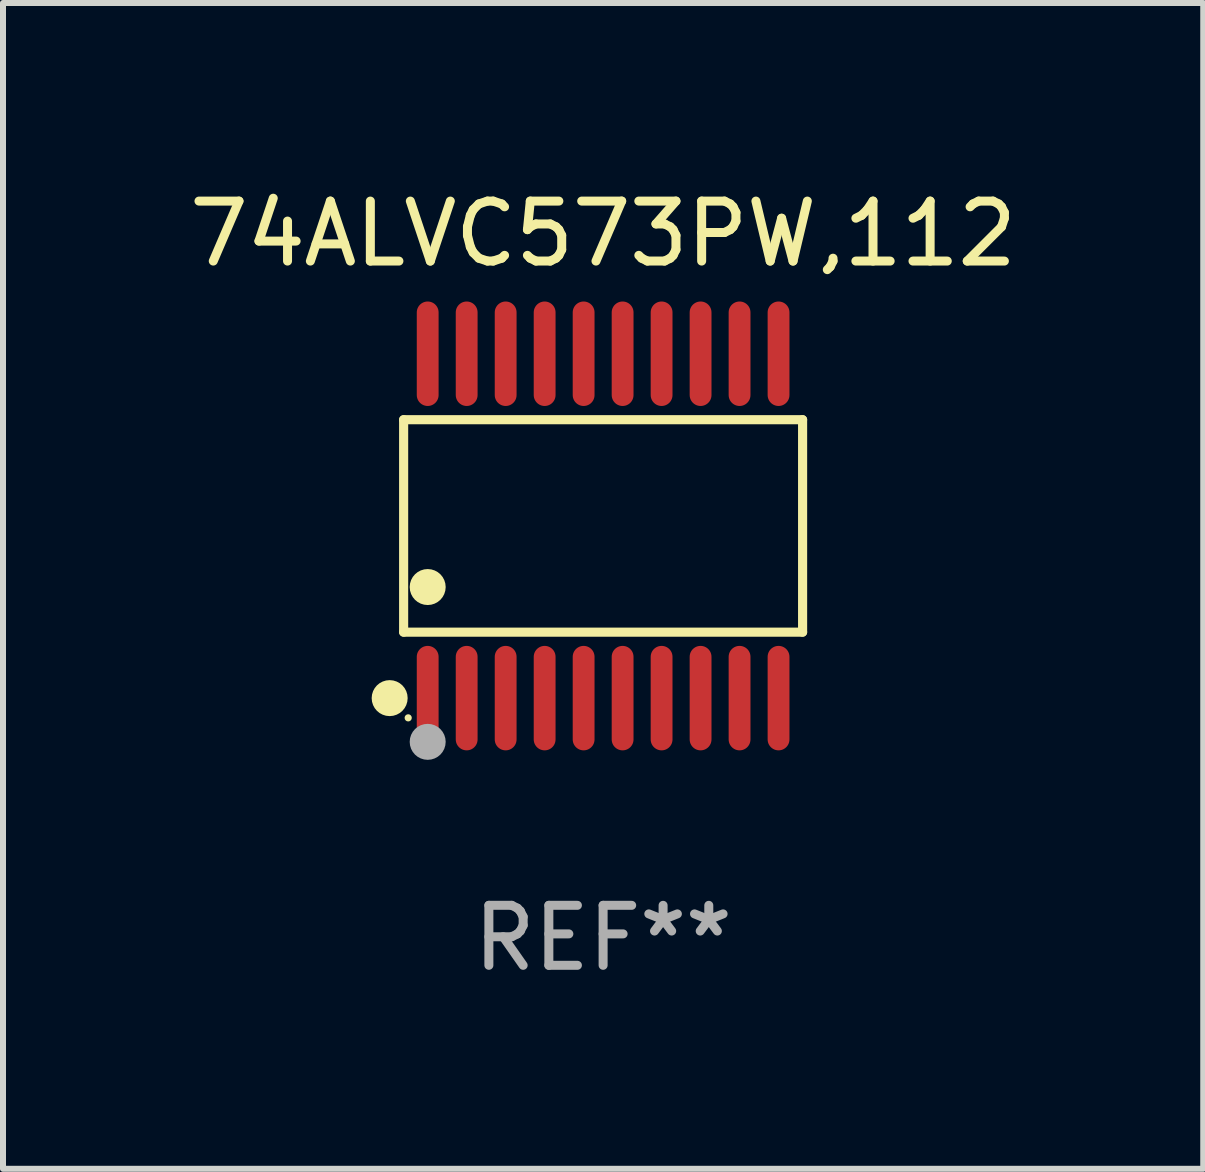
<source format=kicad_pcb>
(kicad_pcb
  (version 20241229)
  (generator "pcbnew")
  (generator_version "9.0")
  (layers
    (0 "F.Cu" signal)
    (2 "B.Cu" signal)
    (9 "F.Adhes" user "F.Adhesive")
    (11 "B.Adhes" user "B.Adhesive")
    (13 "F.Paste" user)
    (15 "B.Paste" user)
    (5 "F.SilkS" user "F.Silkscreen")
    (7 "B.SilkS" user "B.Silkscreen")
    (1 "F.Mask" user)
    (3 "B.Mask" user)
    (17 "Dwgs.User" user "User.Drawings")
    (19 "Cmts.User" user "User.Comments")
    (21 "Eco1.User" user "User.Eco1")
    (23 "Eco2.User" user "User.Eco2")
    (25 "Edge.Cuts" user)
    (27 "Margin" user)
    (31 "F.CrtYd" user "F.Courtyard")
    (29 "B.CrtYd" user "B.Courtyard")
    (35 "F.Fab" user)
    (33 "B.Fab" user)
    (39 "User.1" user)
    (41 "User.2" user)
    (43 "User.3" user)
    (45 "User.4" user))
  (footprint "74ALVC573PW,112"
    (layer "F.Cu")
    (at 7.006 5.719)
    (property "Reference" "74ALVC573PW,112" (at 0 -4.871 0) (layer "F.SilkS") (effects (font (size 1 1) (thickness 0.15))))
    (attr through_hole)
    (fp_line (start -3.326 -1.771) (end 3.326 -1.771) (stroke (width 0.152) (type solid)) (layer "F.SilkS"))
    (fp_line (start -3.326 1.771) (end -3.326 -1.771) (stroke (width 0.152) (type solid)) (layer "F.SilkS"))
    (fp_line (start 3.326 -1.771) (end 3.326 1.771) (stroke (width 0.152) (type solid)) (layer "F.SilkS"))
    (fp_line (start 3.326 1.771) (end -3.326 1.771) (stroke (width 0.152) (type solid)) (layer "F.SilkS"))
    (fp_circle (center -3.559 2.871) (end -3.409 2.871) (stroke (width 0.3) (type solid)) (fill no) (layer "F.SilkS"))
    (fp_circle (center -3.25 3.2) (end -3.22 3.2) (stroke (width 0.06) (type solid)) (fill no) (layer "F.SilkS"))
    (fp_circle (center -2.925 1.019) (end -2.775 1.019) (stroke (width 0.3) (type solid)) (fill no) (layer "F.SilkS"))
    (fp_circle (center -2.925 3.6) (end -2.775 3.6) (stroke (width 0.3) (type solid)) (fill no) (layer "F.Fab"))
    (fp_text user "REF**" (at 0 6.871 0) (layer "F.Fab") (effects (font (size 1 1) (thickness 0.15))))
    (pad "1" smd oval (at -2.925 2.871) (size 0.364 1.742) (layers "F.Cu" "F.Mask" "F.Paste"))
    (pad "2" smd oval (at -2.275 2.871) (size 0.364 1.742) (layers "F.Cu" "F.Mask" "F.Paste"))
    (pad "3" smd oval (at -1.625 2.871) (size 0.364 1.742) (layers "F.Cu" "F.Mask" "F.Paste"))
    (pad "4" smd oval (at -0.975 2.871) (size 0.364 1.742) (layers "F.Cu" "F.Mask" "F.Paste"))
    (pad "5" smd oval (at -0.325 2.871) (size 0.364 1.742) (layers "F.Cu" "F.Mask" "F.Paste"))
    (pad "6" smd oval (at 0.325 2.871) (size 0.364 1.742) (layers "F.Cu" "F.Mask" "F.Paste"))
    (pad "7" smd oval (at 0.975 2.871) (size 0.364 1.742) (layers "F.Cu" "F.Mask" "F.Paste"))
    (pad "8" smd oval (at 1.625 2.871) (size 0.364 1.742) (layers "F.Cu" "F.Mask" "F.Paste"))
    (pad "9" smd oval (at 2.275 2.871) (size 0.364 1.742) (layers "F.Cu" "F.Mask" "F.Paste"))
    (pad "10" smd oval (at 2.925 2.871) (size 0.364 1.742) (layers "F.Cu" "F.Mask" "F.Paste"))
    (pad "11" smd oval (at 2.925 -2.871) (size 0.364 1.742) (layers "F.Cu" "F.Mask" "F.Paste"))
    (pad "12" smd oval (at 2.275 -2.871) (size 0.364 1.742) (layers "F.Cu" "F.Mask" "F.Paste"))
    (pad "13" smd oval (at 1.625 -2.871) (size 0.364 1.742) (layers "F.Cu" "F.Mask" "F.Paste"))
    (pad "14" smd oval (at 0.975 -2.871) (size 0.364 1.742) (layers "F.Cu" "F.Mask" "F.Paste"))
    (pad "15" smd oval (at 0.325 -2.871) (size 0.364 1.742) (layers "F.Cu" "F.Mask" "F.Paste"))
    (pad "16" smd oval (at -0.325 -2.871) (size 0.364 1.742) (layers "F.Cu" "F.Mask" "F.Paste"))
    (pad "17" smd oval (at -0.975 -2.871) (size 0.364 1.742) (layers "F.Cu" "F.Mask" "F.Paste"))
    (pad "18" smd oval (at -1.625 -2.871) (size 0.364 1.742) (layers "F.Cu" "F.Mask" "F.Paste"))
    (pad "19" smd oval (at -2.275 -2.871) (size 0.364 1.742) (layers "F.Cu" "F.Mask" "F.Paste"))
    (pad "20" smd oval (at -2.925 -2.871) (size 0.364 1.742) (layers "F.Cu" "F.Mask" "F.Paste")))
  (gr_rect
    (start -3 -3)
    (end 17.012 16.438)
    (stroke (width 0.1) (type default))
    (fill no)
    (layer "Edge.Cuts")))
</source>
